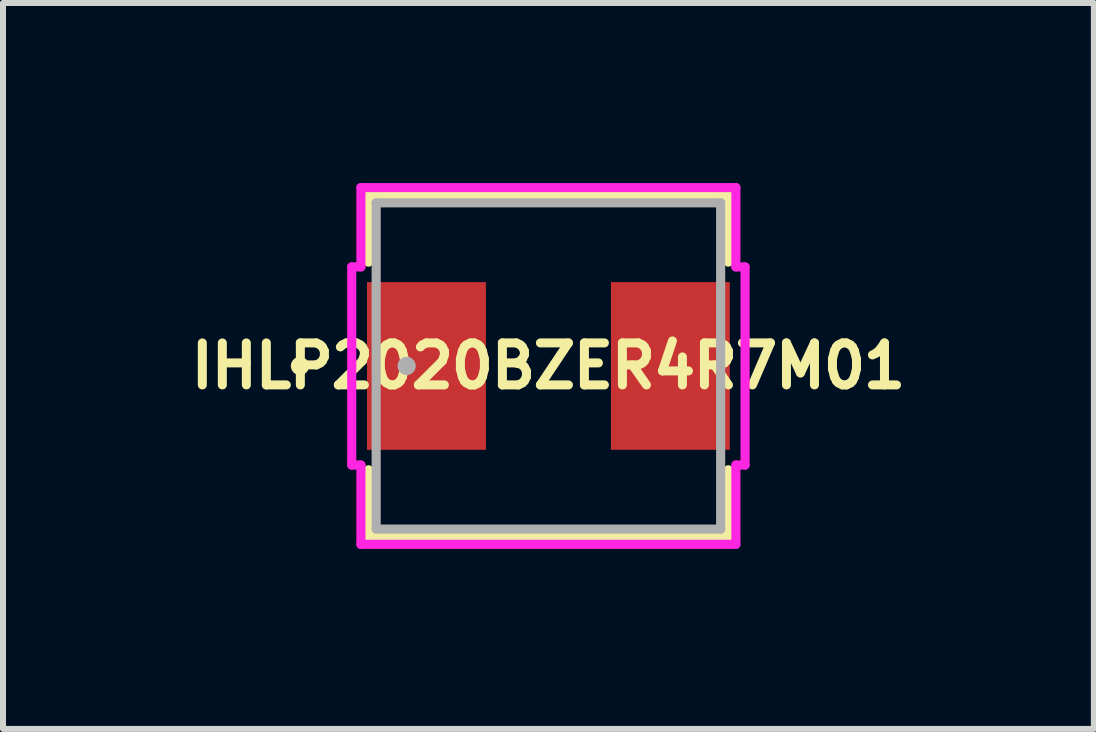
<source format=kicad_pcb>
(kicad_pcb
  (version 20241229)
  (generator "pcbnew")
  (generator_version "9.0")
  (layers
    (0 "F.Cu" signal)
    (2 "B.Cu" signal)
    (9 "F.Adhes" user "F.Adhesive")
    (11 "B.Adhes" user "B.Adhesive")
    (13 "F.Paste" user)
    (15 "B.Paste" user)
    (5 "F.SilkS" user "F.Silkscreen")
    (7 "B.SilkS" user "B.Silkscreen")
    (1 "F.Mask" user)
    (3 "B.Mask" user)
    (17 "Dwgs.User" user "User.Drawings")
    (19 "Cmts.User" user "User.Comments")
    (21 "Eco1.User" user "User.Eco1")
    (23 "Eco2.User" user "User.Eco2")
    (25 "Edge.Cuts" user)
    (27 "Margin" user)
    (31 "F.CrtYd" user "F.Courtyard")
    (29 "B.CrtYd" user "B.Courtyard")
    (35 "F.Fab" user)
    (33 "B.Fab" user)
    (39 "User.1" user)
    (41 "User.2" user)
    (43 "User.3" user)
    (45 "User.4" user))
  (footprint "IHLP2020BZER4R7M01"
    (layer "F.Cu")
    (at 6.088 3.048)
    (property "Reference" "IHLP2020BZER4R7M01" (at 0 0 0) (layer "F.SilkS") (effects (font (size 0.7 0.7) (thickness 0.15))))
    (attr through_hole)
    (fp_line (start -2.997 -2.845) (end -2.997 -1.73) (stroke (width 0.152) (type solid)) (layer "F.SilkS"))
    (fp_line (start -2.997 1.73) (end -2.997 2.845) (stroke (width 0.152) (type solid)) (layer "F.SilkS"))
    (fp_line (start -2.997 2.845) (end 2.997 2.845) (stroke (width 0.152) (type solid)) (layer "F.SilkS"))
    (fp_line (start 2.997 -2.845) (end -2.997 -2.845) (stroke (width 0.152) (type solid)) (layer "F.SilkS"))
    (fp_line (start 2.997 -1.73) (end 2.997 -2.845) (stroke (width 0.152) (type solid)) (layer "F.SilkS"))
    (fp_line (start 2.997 2.845) (end 2.997 1.73) (stroke (width 0.152) (type solid)) (layer "F.SilkS"))
    (fp_circle (center -4.14 0) (end -4.064 0) (stroke (width 0.152) (type solid)) (fill no) (layer "F.SilkS"))
    (fp_line (start -3.277 -1.651) (end -3.124 -1.651) (stroke (width 0.152) (type solid)) (layer "F.CrtYd"))
    (fp_line (start -3.277 1.651) (end -3.277 -1.651) (stroke (width 0.152) (type solid)) (layer "F.CrtYd"))
    (fp_line (start -3.124 -2.972) (end 3.124 -2.972) (stroke (width 0.152) (type solid)) (layer "F.CrtYd"))
    (fp_line (start -3.124 -1.651) (end -3.124 -2.972) (stroke (width 0.152) (type solid)) (layer "F.CrtYd"))
    (fp_line (start -3.124 1.651) (end -3.277 1.651) (stroke (width 0.152) (type solid)) (layer "F.CrtYd"))
    (fp_line (start -3.124 2.972) (end -3.124 1.651) (stroke (width 0.152) (type solid)) (layer "F.CrtYd"))
    (fp_line (start 3.124 -2.972) (end 3.124 -1.651) (stroke (width 0.152) (type solid)) (layer "F.CrtYd"))
    (fp_line (start 3.124 -1.651) (end 3.277 -1.651) (stroke (width 0.152) (type solid)) (layer "F.CrtYd"))
    (fp_line (start 3.124 1.651) (end 3.124 2.972) (stroke (width 0.152) (type solid)) (layer "F.CrtYd"))
    (fp_line (start 3.124 2.972) (end -3.124 2.972) (stroke (width 0.152) (type solid)) (layer "F.CrtYd"))
    (fp_line (start 3.277 -1.651) (end 3.277 1.651) (stroke (width 0.152) (type solid)) (layer "F.CrtYd"))
    (fp_line (start 3.277 1.651) (end 3.124 1.651) (stroke (width 0.152) (type solid)) (layer "F.CrtYd"))
    (fp_line (start -2.87 -2.718) (end -2.87 2.718) (stroke (width 0.152) (type solid)) (layer "F.Fab"))
    (fp_line (start -2.87 2.718) (end 2.87 2.718) (stroke (width 0.152) (type solid)) (layer "F.Fab"))
    (fp_line (start 2.87 -2.718) (end -2.87 -2.718) (stroke (width 0.152) (type solid)) (layer "F.Fab"))
    (fp_line (start 2.87 2.718) (end 2.87 -2.718) (stroke (width 0.152) (type solid)) (layer "F.Fab"))
    (fp_circle (center -2.362 0) (end -2.286 0) (stroke (width 0.152) (type solid)) (fill no) (layer "F.Fab"))
    (pad "1" smd rect (at -2.032 0 90) (size 2.794 1.981) (layers "F.Cu" "F.Mask" "F.Paste"))
    (pad "2" smd rect (at 2.032 0 90) (size 2.794 1.981) (layers "F.Cu" "F.Mask" "F.Paste")))
  (gr_rect
    (start -3 -3)
    (end 15.177 9.096)
    (stroke (width 0.1) (type default))
    (fill no)
    (layer "Edge.Cuts")))
</source>
